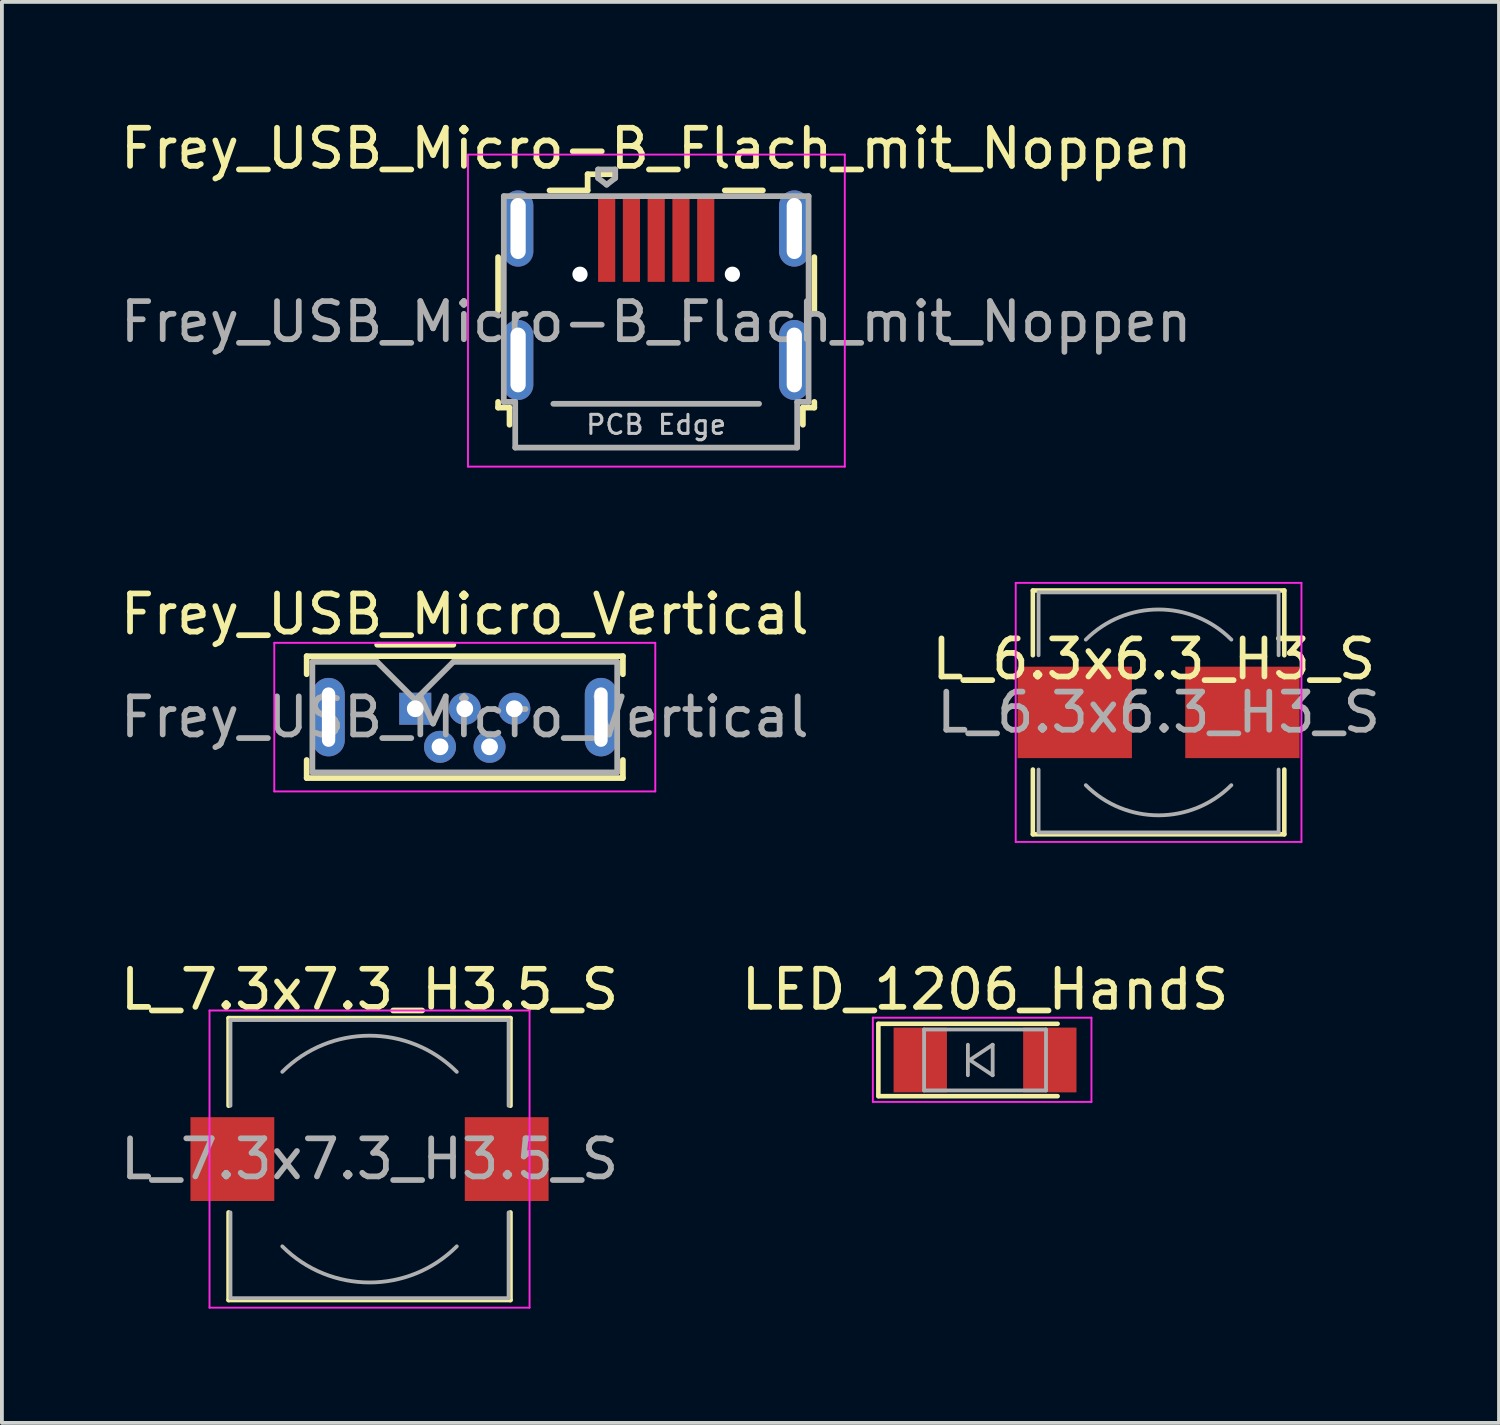
<source format=kicad_pcb>
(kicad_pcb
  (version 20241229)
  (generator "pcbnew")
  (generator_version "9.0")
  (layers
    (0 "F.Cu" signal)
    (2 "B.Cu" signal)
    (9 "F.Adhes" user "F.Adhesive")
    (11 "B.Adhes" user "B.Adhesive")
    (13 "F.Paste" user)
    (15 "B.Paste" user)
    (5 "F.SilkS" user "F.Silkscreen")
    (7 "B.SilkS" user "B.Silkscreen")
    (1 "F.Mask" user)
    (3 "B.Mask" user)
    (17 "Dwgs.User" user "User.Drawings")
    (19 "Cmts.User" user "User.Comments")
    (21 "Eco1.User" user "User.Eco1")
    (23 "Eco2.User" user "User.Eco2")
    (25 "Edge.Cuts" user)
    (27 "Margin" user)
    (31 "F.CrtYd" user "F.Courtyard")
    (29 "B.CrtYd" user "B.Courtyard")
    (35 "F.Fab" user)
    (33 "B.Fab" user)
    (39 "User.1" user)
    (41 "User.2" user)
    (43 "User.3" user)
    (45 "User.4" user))
  (footprint "Frey_USB_Micro_Vertical"
    (layer "F.Cu")
    (at 7.849 15.552)
    (property "Reference" "Frey_USB_Micro_Vertical" (at 1.3 -2.48 0) (layer "F.SilkS") (effects (font (size 1 1) (thickness 0.15))))
    (attr through_hole)
    (fp_line (start -2.85 -1.38) (end 5.45 -1.38) (stroke (width 0.15) (type solid)) (layer "F.SilkS"))
    (fp_line (start -2.85 -0.905) (end -2.85 -1.38) (stroke (width 0.15) (type solid)) (layer "F.SilkS"))
    (fp_line (start -2.85 1.345) (end -2.85 1.82) (stroke (width 0.15) (type solid)) (layer "F.SilkS"))
    (fp_line (start -2.85 1.82) (end 5.45 1.82) (stroke (width 0.15) (type solid)) (layer "F.SilkS"))
    (fp_line (start -1 -1.68) (end 1 -1.68) (stroke (width 0.15) (type solid)) (layer "F.SilkS"))
    (fp_line (start 5.45 -1.38) (end 5.45 -0.905) (stroke (width 0.15) (type solid)) (layer "F.SilkS"))
    (fp_line (start 5.45 1.82) (end 5.45 1.345) (stroke (width 0.15) (type solid)) (layer "F.SilkS"))
    (fp_line (start -3.7 -1.73) (end -3.7 2.17) (stroke (width 0.05) (type solid)) (layer "F.CrtYd"))
    (fp_line (start -3.7 2.17) (end 6.3 2.17) (stroke (width 0.05) (type solid)) (layer "F.CrtYd"))
    (fp_line (start 6.3 -1.73) (end -3.7 -1.73) (stroke (width 0.05) (type solid)) (layer "F.CrtYd"))
    (fp_line (start 6.3 2.17) (end 6.3 -1.73) (stroke (width 0.05) (type solid)) (layer "F.CrtYd"))
    (fp_line (start -2.7 -1.23) (end -1 -1.23) (stroke (width 0.15) (type solid)) (layer "F.Fab"))
    (fp_line (start -2.7 1.67) (end -2.7 -1.23) (stroke (width 0.15) (type solid)) (layer "F.Fab"))
    (fp_line (start -1 -1.23) (end 0 -0.23) (stroke (width 0.15) (type solid)) (layer "F.Fab"))
    (fp_line (start 0 -0.23) (end 1 -1.23) (stroke (width 0.15) (type solid)) (layer "F.Fab"))
    (fp_line (start 1 -1.23) (end 5.3 -1.23) (stroke (width 0.15) (type solid)) (layer "F.Fab"))
    (fp_line (start 5.3 -1.23) (end 5.3 1.67) (stroke (width 0.15) (type solid)) (layer "F.Fab"))
    (fp_line (start 5.3 1.67) (end -2.7 1.67) (stroke (width 0.15) (type solid)) (layer "F.Fab"))
    (fp_text user "${REFERENCE}" (at 1.3 0.22 0) (layer "F.Fab") (effects (font (size 1 1) (thickness 0.15))))
    (pad "1" thru_hole rect (at 0 0) (size 0.84 0.84) (drill 0.44) (layers "*.Cu" "*.Mask"))
    (pad "2" thru_hole circle (at 0.65 1) (size 0.84 0.84) (drill 0.44) (layers "*.Cu" "*.Mask"))
    (pad "3" thru_hole circle (at 1.3 0) (size 0.84 0.84) (drill 0.44) (layers "*.Cu" "*.Mask"))
    (pad "4" thru_hole circle (at 1.95 1) (size 0.84 0.84) (drill 0.44) (layers "*.Cu" "*.Mask"))
    (pad "5" thru_hole circle (at 2.6 0) (size 0.84 0.84) (drill 0.44) (layers "*.Cu" "*.Mask"))
    (pad "6" thru_hole oval (at -2.275 0.22) (size 0.85 2.06) (drill oval 0.35 1.56) (layers "*.Cu" "*.Mask"))
    (pad "6" thru_hole oval (at 4.875 0.22) (size 0.85 2.06) (drill oval 0.35 1.56) (layers "*.Cu" "*.Mask")))
  (footprint "L_6.3x6.3_H3_S"
    (layer "F.Cu")
    (at 27.359 15.648)
    (property "Reference" "L_6.3x6.3_H3_S" (at -0.127 -1.397 0) (layer "F.SilkS") (effects (font (size 1 1) (thickness 0.15))))
    (attr smd)
    (fp_line (start -3.3 -3.2) (end 3.3 -3.2) (stroke (width 0.12) (type solid)) (layer "F.SilkS"))
    (fp_line (start -3.3 -1.5) (end -3.3 -3.2) (stroke (width 0.12) (type solid)) (layer "F.SilkS"))
    (fp_line (start -3.3 3.2) (end -3.3 1.5) (stroke (width 0.12) (type solid)) (layer "F.SilkS"))
    (fp_line (start 3.3 -3.2) (end 3.3 -1.5) (stroke (width 0.12) (type solid)) (layer "F.SilkS"))
    (fp_line (start 3.3 1.5) (end 3.3 3.2) (stroke (width 0.12) (type solid)) (layer "F.SilkS"))
    (fp_line (start 3.3 3.2) (end -3.3 3.2) (stroke (width 0.12) (type solid)) (layer "F.SilkS"))
    (fp_line (start -3.75 -3.4) (end -3.75 3.4) (stroke (width 0.05) (type solid)) (layer "F.CrtYd"))
    (fp_line (start -3.75 3.4) (end 3.75 3.4) (stroke (width 0.05) (type solid)) (layer "F.CrtYd"))
    (fp_line (start 3.75 -3.4) (end -3.75 -3.4) (stroke (width 0.05) (type solid)) (layer "F.CrtYd"))
    (fp_line (start 3.75 3.4) (end 3.75 -3.4) (stroke (width 0.05) (type solid)) (layer "F.CrtYd"))
    (fp_line (start -3.15 -3.15) (end -3.15 -1.5) (stroke (width 0.1) (type solid)) (layer "F.Fab"))
    (fp_line (start -3.15 -3.15) (end 3.15 -3.15) (stroke (width 0.1) (type solid)) (layer "F.Fab"))
    (fp_line (start -3.15 3.15) (end -3.15 1.5) (stroke (width 0.1) (type solid)) (layer "F.Fab"))
    (fp_line (start -3.15 3.15) (end 3.15 3.15) (stroke (width 0.1) (type solid)) (layer "F.Fab"))
    (fp_line (start 3.15 -3.15) (end 3.15 -1.5) (stroke (width 0.1) (type solid)) (layer "F.Fab"))
    (fp_line (start 3.15 3.15) (end 3.15 1.5) (stroke (width 0.1) (type solid)) (layer "F.Fab"))
    (fp_arc (start -1.91 -1.91) (mid 0 -2.701148) (end 1.91 -1.91) (stroke (width 0.1) (type solid)) (layer "F.Fab"))
    (fp_arc (start 1.91 1.91) (mid 0 2.701148) (end -1.91 1.91) (stroke (width 0.1) (type solid)) (layer "F.Fab"))
    (fp_text user "${REFERENCE}" (at 0 0 0) (layer "F.Fab") (effects (font (size 1 1) (thickness 0.15))))
    (pad "1" smd rect (at -2.2 0) (size 3 2.4) (layers "F.Cu" "F.Mask" "F.Paste"))
    (pad "2" smd rect (at 2.2 0) (size 3 2.4) (layers "F.Cu" "F.Mask" "F.Paste")))
  (footprint "Frey_USB_Micro-B_Flach_mit_Noppen"
    (layer "F.Cu")
    (at 14.173 4.348)
    (property "Reference" "Frey_USB_Micro-B_Flach_mit_Noppen" (at 0 -3.5 0) (layer "F.SilkS") (effects (font (size 1 1) (thickness 0.15))))
    (attr smd)
    (fp_line (start -4.15 -0.65) (end -4.15 0.75) (stroke (width 0.15) (type solid)) (layer "F.SilkS"))
    (fp_line (start -4.15 3.15) (end -4.15 3.3) (stroke (width 0.15) (type solid)) (layer "F.SilkS"))
    (fp_line (start -4.15 3.3) (end -3.85 3.3) (stroke (width 0.15) (type solid)) (layer "F.SilkS"))
    (fp_line (start -3.85 3.3) (end -3.85 3.75) (stroke (width 0.15) (type solid)) (layer "F.SilkS"))
    (fp_line (start -1.8 -2.825) (end -1.8 -2.4) (stroke (width 0.15) (type solid)) (layer "F.SilkS"))
    (fp_line (start -1.8 -2.4) (end -2.8 -2.4) (stroke (width 0.15) (type solid)) (layer "F.SilkS"))
    (fp_line (start -1.075 -2.825) (end -1.8 -2.825) (stroke (width 0.15) (type solid)) (layer "F.SilkS"))
    (fp_line (start 1.8 -2.4) (end 2.8 -2.4) (stroke (width 0.15) (type solid)) (layer "F.SilkS"))
    (fp_line (start 3.85 3.3) (end 4.15 3.3) (stroke (width 0.15) (type solid)) (layer "F.SilkS"))
    (fp_line (start 3.85 3.75) (end 3.85 3.3) (stroke (width 0.15) (type solid)) (layer "F.SilkS"))
    (fp_line (start 4.15 0.75) (end 4.15 -0.65) (stroke (width 0.15) (type solid)) (layer "F.SilkS"))
    (fp_line (start 4.15 3.3) (end 4.15 3.15) (stroke (width 0.15) (type solid)) (layer "F.SilkS"))
    (fp_line (start -4.94 -3.34) (end -4.94 4.85) (stroke (width 0.05) (type solid)) (layer "F.CrtYd"))
    (fp_line (start -4.94 4.85) (end 4.95 4.85) (stroke (width 0.05) (type solid)) (layer "F.CrtYd"))
    (fp_line (start 4.95 -3.34) (end -4.94 -3.34) (stroke (width 0.05) (type solid)) (layer "F.CrtYd"))
    (fp_line (start 4.95 4.85) (end 4.95 -3.34) (stroke (width 0.05) (type solid)) (layer "F.CrtYd"))
    (fp_line (start -4 -2.25) (end -4 3.15) (stroke (width 0.15) (type solid)) (layer "F.Fab"))
    (fp_line (start -4 3.15) (end -3.7 3.15) (stroke (width 0.15) (type solid)) (layer "F.Fab"))
    (fp_line (start -3.7 3.15) (end -3.7 4.35) (stroke (width 0.15) (type solid)) (layer "F.Fab"))
    (fp_line (start -3.7 4.35) (end 3.7 4.35) (stroke (width 0.15) (type solid)) (layer "F.Fab"))
    (fp_line (start -2.7 3.2) (end 2.7 3.2) (stroke (width 0.15) (type solid)) (layer "F.Fab"))
    (fp_line (start -1.525 -2.95) (end -1.075 -2.95) (stroke (width 0.15) (type solid)) (layer "F.Fab"))
    (fp_line (start -1.525 -2.725) (end -1.525 -2.95) (stroke (width 0.15) (type solid)) (layer "F.Fab"))
    (fp_line (start -1.3 -2.55) (end -1.525 -2.725) (stroke (width 0.15) (type solid)) (layer "F.Fab"))
    (fp_line (start -1.075 -2.95) (end -1.075 -2.725) (stroke (width 0.15) (type solid)) (layer "F.Fab"))
    (fp_line (start -1.075 -2.725) (end -1.3 -2.55) (stroke (width 0.15) (type solid)) (layer "F.Fab"))
    (fp_line (start 3.7 3.15) (end 4 3.15) (stroke (width 0.15) (type solid)) (layer "F.Fab"))
    (fp_line (start 3.7 4.35) (end 3.7 3.15) (stroke (width 0.15) (type solid)) (layer "F.Fab"))
    (fp_line (start 4 -2.25) (end -4 -2.25) (stroke (width 0.15) (type solid)) (layer "F.Fab"))
    (fp_line (start 4 3.15) (end 4 -2.25) (stroke (width 0.15) (type solid)) (layer "F.Fab"))
    (fp_text user "PCB Edge" (at 0 3.75 0) (layer "Dwgs.User") (effects (font (size 0.5 0.5) (thickness 0.08))))
    (fp_text user "${REFERENCE}" (at 0 1.05 0) (layer "F.Fab") (effects (font (size 1 1) (thickness 0.15))))
    (pad "" np_thru_hole circle (at -2 -0.2) (size 0.4 0.4) (drill 0.4) (layers "*.Cu" "*.Mask"))
    (pad "" np_thru_hole circle (at 2 -0.2) (size 0.4 0.4) (drill 0.4) (layers "*.Cu" "*.Mask"))
    (pad "1" smd rect (at -1.3 -1.1) (size 0.45 2.2) (layers "F.Cu" "F.Mask" "F.Paste"))
    (pad "2" smd rect (at -0.65 -1.1) (size 0.45 2.2) (layers "F.Cu" "F.Mask" "F.Paste"))
    (pad "3" smd rect (at 0 -1.1) (size 0.45 2.2) (layers "F.Cu" "F.Mask" "F.Paste"))
    (pad "4" smd rect (at 0.65 -1.1) (size 0.45 2.2) (layers "F.Cu" "F.Mask" "F.Paste"))
    (pad "5" smd rect (at 1.3 -1.1) (size 0.45 2.2) (layers "F.Cu" "F.Mask" "F.Paste"))
    (pad "6" thru_hole oval (at -3.625 -1.4) (size 0.8 2) (drill oval 0.4 1.6) (layers "*.Cu" "*.Mask"))
    (pad "6" thru_hole oval (at -3.625 2.05) (size 0.8 2.1) (drill oval 0.4 1.7) (layers "*.Cu" "*.Mask"))
    (pad "6" thru_hole oval (at 3.625 -1.4) (size 0.8 2) (drill oval 0.4 1.6) (layers "*.Cu" "*.Mask"))
    (pad "6" thru_hole oval (at 3.625 2.05) (size 0.8 2.1) (drill oval 0.4 1.7) (layers "*.Cu" "*.Mask")))
  (footprint "LED_1206_HandS"
    (layer "F.Cu")
    (at 22.804 24.771)
    (property "Reference" "LED_1206_HandS" (at 0 -1.85 0) (layer "F.SilkS") (effects (font (size 1 1) (thickness 0.15))))
    (attr smd)
    (fp_line (start -2.8 -0.95) (end -2.8 0.95) (stroke (width 0.12) (type solid)) (layer "F.SilkS"))
    (fp_line (start -2.795 -0.95) (end 1.905 -0.95) (stroke (width 0.12) (type solid)) (layer "F.SilkS"))
    (fp_line (start -2.795 0.95) (end 1.905 0.95) (stroke (width 0.12) (type solid)) (layer "F.SilkS"))
    (fp_line (start -2.945 -1.11) (end -2.945 1.1) (stroke (width 0.05) (type solid)) (layer "F.CrtYd"))
    (fp_line (start -2.945 -1.11) (end 2.793 -1.11) (stroke (width 0.05) (type solid)) (layer "F.CrtYd"))
    (fp_line (start 2.793 1.1) (end -2.945 1.1) (stroke (width 0.05) (type solid)) (layer "F.CrtYd"))
    (fp_line (start 2.793 1.1) (end 2.793 -1.11) (stroke (width 0.05) (type solid)) (layer "F.CrtYd"))
    (fp_line (start -1.6 -0.8) (end 1.6 -0.8) (stroke (width 0.1) (type solid)) (layer "F.Fab"))
    (fp_line (start -1.6 0.8) (end -1.6 -0.8) (stroke (width 0.1) (type solid)) (layer "F.Fab"))
    (fp_line (start -0.45 -0.4) (end -0.45 0.4) (stroke (width 0.1) (type solid)) (layer "F.Fab"))
    (fp_line (start -0.4 0) (end 0.2 -0.4) (stroke (width 0.1) (type solid)) (layer "F.Fab"))
    (fp_line (start 0.2 -0.4) (end 0.2 0.4) (stroke (width 0.1) (type solid)) (layer "F.Fab"))
    (fp_line (start 0.2 0.4) (end -0.4 0) (stroke (width 0.1) (type solid)) (layer "F.Fab"))
    (fp_line (start 1.6 -0.8) (end 1.6 0.8) (stroke (width 0.1) (type solid)) (layer "F.Fab"))
    (fp_line (start 1.6 0.8) (end -1.6 0.8) (stroke (width 0.1) (type solid)) (layer "F.Fab"))
    (pad "1" smd rect (at -1.7 0) (size 1.4 1.7) (layers "F.Cu" "F.Mask" "F.Paste"))
    (pad "2" smd rect (at 1.7 0) (size 1.4 1.7) (layers "F.Cu" "F.Mask" "F.Paste")))
  (footprint "L_7.3x7.3_H3.5_S"
    (layer "F.Cu")
    (at 6.649 27.372)
    (property "Reference" "L_7.3x7.3_H3.5_S" (at 0 -4.45 0) (layer "F.SilkS") (effects (font (size 1 1) (thickness 0.15))))
    (attr smd)
    (fp_line (start -3.7 -3.7) (end 3.7 -3.7) (stroke (width 0.12) (type solid)) (layer "F.SilkS"))
    (fp_line (start -3.7 -1.4) (end -3.7 -3.7) (stroke (width 0.12) (type solid)) (layer "F.SilkS"))
    (fp_line (start -3.7 3.7) (end -3.7 1.4) (stroke (width 0.12) (type solid)) (layer "F.SilkS"))
    (fp_line (start 3.7 -3.7) (end 3.7 -1.4) (stroke (width 0.12) (type solid)) (layer "F.SilkS"))
    (fp_line (start 3.7 1.4) (end 3.7 3.7) (stroke (width 0.12) (type solid)) (layer "F.SilkS"))
    (fp_line (start 3.7 3.7) (end -3.7 3.7) (stroke (width 0.12) (type solid)) (layer "F.SilkS"))
    (fp_line (start -4.2 -3.9) (end -4.2 3.9) (stroke (width 0.05) (type solid)) (layer "F.CrtYd"))
    (fp_line (start -4.2 3.9) (end 4.2 3.9) (stroke (width 0.05) (type solid)) (layer "F.CrtYd"))
    (fp_line (start 4.2 -3.9) (end -4.2 -3.9) (stroke (width 0.05) (type solid)) (layer "F.CrtYd"))
    (fp_line (start 4.2 3.9) (end 4.2 -3.9) (stroke (width 0.05) (type solid)) (layer "F.CrtYd"))
    (fp_line (start -3.65 -3.65) (end -3.65 -1.4) (stroke (width 0.1) (type solid)) (layer "F.Fab"))
    (fp_line (start -3.65 -3.65) (end 3.65 -3.65) (stroke (width 0.1) (type solid)) (layer "F.Fab"))
    (fp_line (start -3.65 3.65) (end -3.65 1.4) (stroke (width 0.1) (type solid)) (layer "F.Fab"))
    (fp_line (start 3.65 -3.65) (end 3.65 -1.4) (stroke (width 0.1) (type solid)) (layer "F.Fab"))
    (fp_line (start 3.65 3.65) (end -3.65 3.65) (stroke (width 0.1) (type solid)) (layer "F.Fab"))
    (fp_line (start 3.65 3.65) (end 3.65 1.4) (stroke (width 0.1) (type solid)) (layer "F.Fab"))
    (fp_arc (start -2.29 -2.29) (mid 0 -3.238549) (end 2.29 -2.29) (stroke (width 0.1) (type solid)) (layer "F.Fab"))
    (fp_arc (start 2.29 2.29) (mid 0 3.238549) (end -2.29 2.29) (stroke (width 0.1) (type solid)) (layer "F.Fab"))
    (fp_text user "${REFERENCE}" (at 0 0 0) (layer "F.Fab") (effects (font (size 1 1) (thickness 0.15))))
    (pad "1" smd rect (at -3.6 0) (size 2.2 2.2) (layers "F.Cu" "F.Mask" "F.Paste"))
    (pad "2" smd rect (at 3.6 0) (size 2.2 2.2) (layers "F.Cu" "F.Mask" "F.Paste")))
  (gr_rect
    (start -3 -3)
    (end 36.294 34.297)
    (stroke (width 0.1) (type default))
    (fill no)
    (layer "Edge.Cuts")))
</source>
